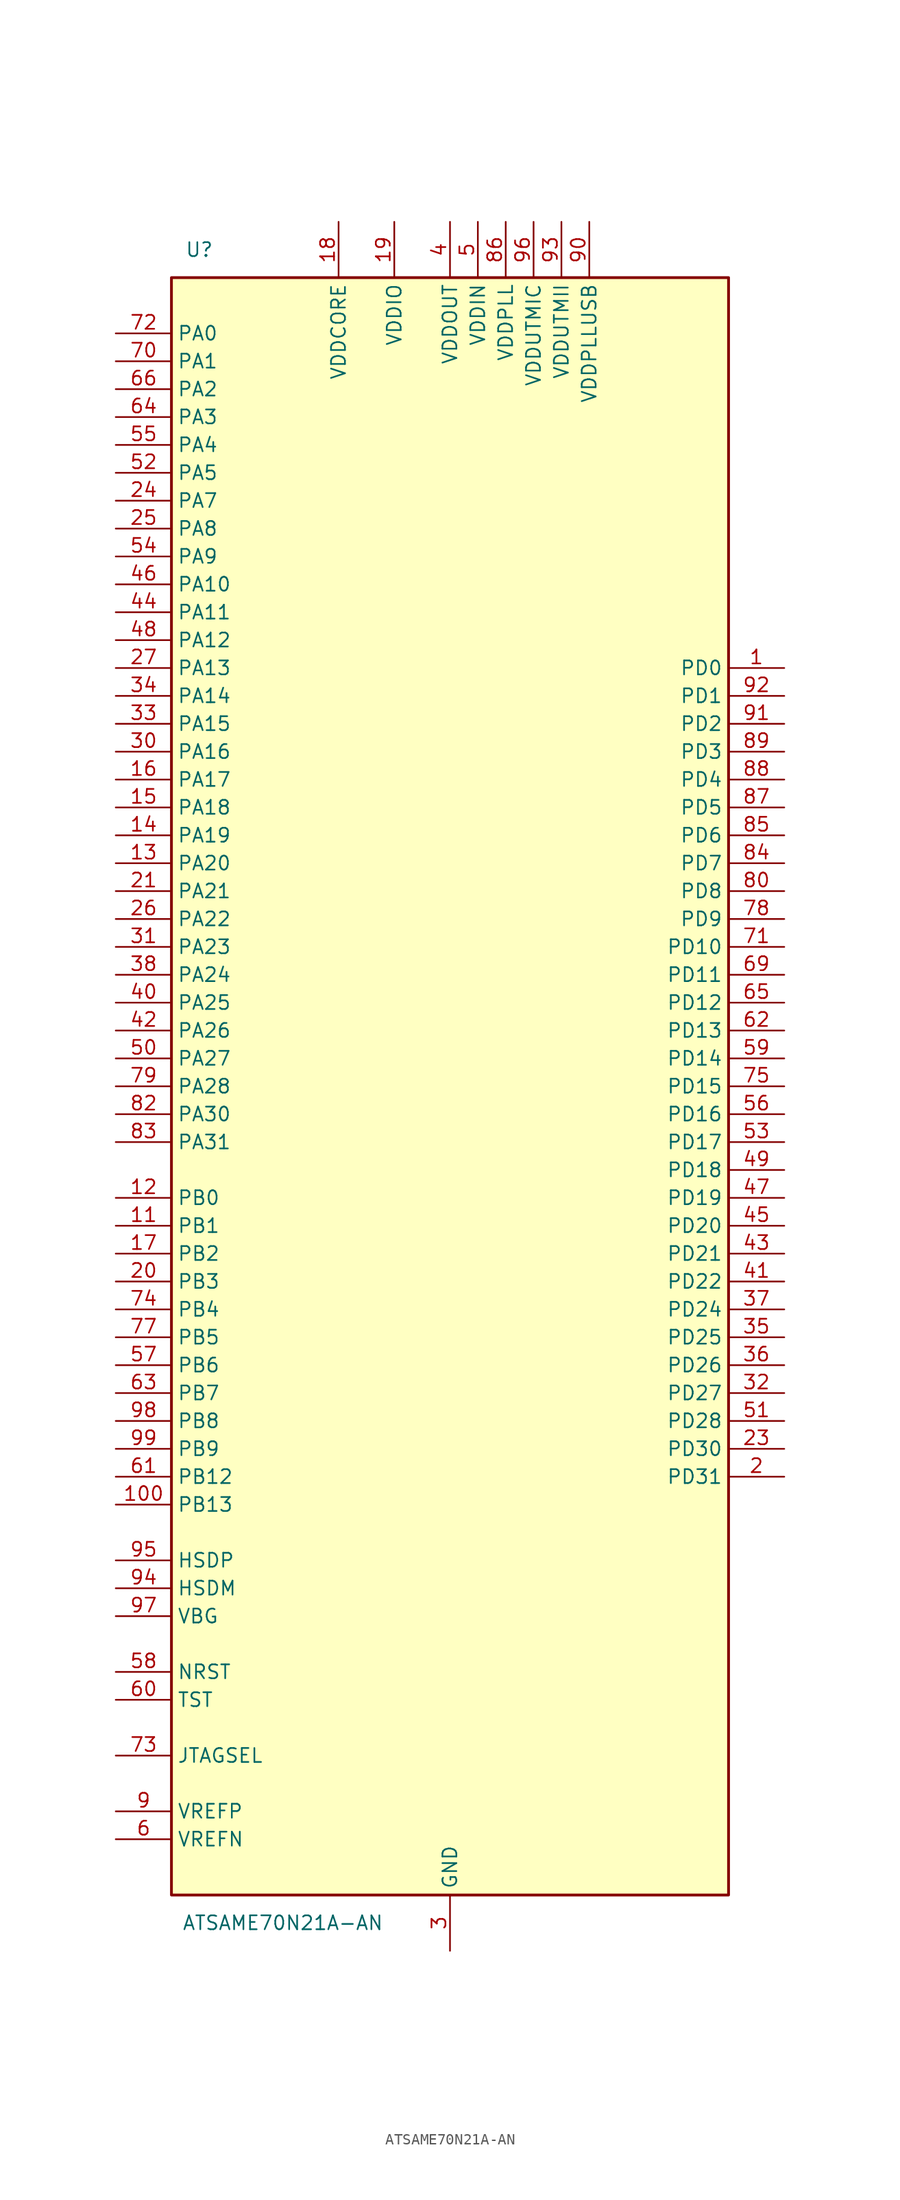
<source format=kicad_sym>
(kicad_symbol_lib
  (version 20201005)
  (generator kicad_symbol_editor)
  (symbol "ATSAME70N21A-AN"
    (property "Reference" "U"
      (at -22.86 76.2 0)
      (effects (font (size 1.27 1.27))))
    (property "Value" "ATSAME70N21A-AN"
      (at -15.24 -76.2 0)
      (effects (font (size 1.27 1.27))))
    (symbol "ATSAME70N21A-AN_0_1"
      (rectangle (start 25.4 73.66) (end -25.4 -73.66) (stroke (width 0.254)) (fill (type background))))
    (symbol "ATSAME70N21A-AN_1_1"
      (pin bidirectional line (at 30.48 38.1 180) (length 5.08) (name "PD0" (effects (font (size 1.27 1.27)))) (number "1" (effects (font (size 1.27 1.27)))))
      (pin passive line (at 0 -78.74 90) (length 5.08) hide (name "GND" (effects (font (size 1.27 1.27)))) (number "10" (effects (font (size 1.27 1.27)))))
      (pin bidirectional line (at -30.48 -38.1 0) (length 5.08) (name "PB13" (effects (font (size 1.27 1.27)))) (number "100" (effects (font (size 1.27 1.27)))))
      (pin bidirectional line (at -30.48 -12.7 0) (length 5.08) (name "PB1" (effects (font (size 1.27 1.27)))) (number "11" (effects (font (size 1.27 1.27)))))
      (pin bidirectional line (at -30.48 -10.16 0) (length 5.08) (name "PB0" (effects (font (size 1.27 1.27)))) (number "12" (effects (font (size 1.27 1.27)))))
      (pin bidirectional line (at -30.48 20.32 0) (length 5.08) (name "PA20" (effects (font (size 1.27 1.27)))) (number "13" (effects (font (size 1.27 1.27)))))
      (pin bidirectional line (at -30.48 22.86 0) (length 5.08) (name "PA19" (effects (font (size 1.27 1.27)))) (number "14" (effects (font (size 1.27 1.27)))))
      (pin bidirectional line (at -30.48 25.4 0) (length 5.08) (name "PA18" (effects (font (size 1.27 1.27)))) (number "15" (effects (font (size 1.27 1.27)))))
      (pin bidirectional line (at -30.48 27.94 0) (length 5.08) (name "PA17" (effects (font (size 1.27 1.27)))) (number "16" (effects (font (size 1.27 1.27)))))
      (pin bidirectional line (at -30.48 -15.24 0) (length 5.08) (name "PB2" (effects (font (size 1.27 1.27)))) (number "17" (effects (font (size 1.27 1.27)))))
      (pin power_in line (at -10.16 78.74 270) (length 5.08) (name "VDDCORE" (effects (font (size 1.27 1.27)))) (number "18" (effects (font (size 1.27 1.27)))))
      (pin power_in line (at -5.08 78.74 270) (length 5.08) (name "VDDIO" (effects (font (size 1.27 1.27)))) (number "19" (effects (font (size 1.27 1.27)))))
      (pin bidirectional line (at 30.48 -35.56 180) (length 5.08) (name "PD31" (effects (font (size 1.27 1.27)))) (number "2" (effects (font (size 1.27 1.27)))))
      (pin bidirectional line (at -30.48 -17.78 0) (length 5.08) (name "PB3" (effects (font (size 1.27 1.27)))) (number "20" (effects (font (size 1.27 1.27)))))
      (pin bidirectional line (at -30.48 17.78 0) (length 5.08) (name "PA21" (effects (font (size 1.27 1.27)))) (number "21" (effects (font (size 1.27 1.27)))))
      (pin passive line (at -10.16 78.74 270) (length 5.08) hide (name "VDDCORE" (effects (font (size 1.27 1.27)))) (number "22" (effects (font (size 1.27 1.27)))))
      (pin bidirectional line (at 30.48 -33.02 180) (length 5.08) (name "PD30" (effects (font (size 1.27 1.27)))) (number "23" (effects (font (size 1.27 1.27)))))
      (pin bidirectional line (at -30.48 53.34 0) (length 5.08) (name "PA7" (effects (font (size 1.27 1.27)))) (number "24" (effects (font (size 1.27 1.27)))))
      (pin bidirectional line (at -30.48 50.8 0) (length 5.08) (name "PA8" (effects (font (size 1.27 1.27)))) (number "25" (effects (font (size 1.27 1.27)))))
      (pin bidirectional line (at -30.48 15.24 0) (length 5.08) (name "PA22" (effects (font (size 1.27 1.27)))) (number "26" (effects (font (size 1.27 1.27)))))
      (pin bidirectional line (at -30.48 38.1 0) (length 5.08) (name "PA13" (effects (font (size 1.27 1.27)))) (number "27" (effects (font (size 1.27 1.27)))))
      (pin passive line (at -5.08 78.74 270) (length 5.08) hide (name "VDDIO" (effects (font (size 1.27 1.27)))) (number "28" (effects (font (size 1.27 1.27)))))
      (pin passive line (at 0 -78.74 90) (length 5.08) hide (name "GND" (effects (font (size 1.27 1.27)))) (number "29" (effects (font (size 1.27 1.27)))))
      (pin power_in line (at 0 -78.74 90) (length 5.08) (name "GND" (effects (font (size 1.27 1.27)))) (number "3" (effects (font (size 1.27 1.27)))))
      (pin bidirectional line (at -30.48 30.48 0) (length 5.08) (name "PA16" (effects (font (size 1.27 1.27)))) (number "30" (effects (font (size 1.27 1.27)))))
      (pin bidirectional line (at -30.48 12.7 0) (length 5.08) (name "PA23" (effects (font (size 1.27 1.27)))) (number "31" (effects (font (size 1.27 1.27)))))
      (pin bidirectional line (at 30.48 -27.94 180) (length 5.08) (name "PD27" (effects (font (size 1.27 1.27)))) (number "32" (effects (font (size 1.27 1.27)))))
      (pin bidirectional line (at -30.48 33.02 0) (length 5.08) (name "PA15" (effects (font (size 1.27 1.27)))) (number "33" (effects (font (size 1.27 1.27)))))
      (pin bidirectional line (at -30.48 35.56 0) (length 5.08) (name "PA14" (effects (font (size 1.27 1.27)))) (number "34" (effects (font (size 1.27 1.27)))))
      (pin bidirectional line (at 30.48 -22.86 180) (length 5.08) (name "PD25" (effects (font (size 1.27 1.27)))) (number "35" (effects (font (size 1.27 1.27)))))
      (pin bidirectional line (at 30.48 -25.4 180) (length 5.08) (name "PD26" (effects (font (size 1.27 1.27)))) (number "36" (effects (font (size 1.27 1.27)))))
      (pin bidirectional line (at 30.48 -20.32 180) (length 5.08) (name "PD24" (effects (font (size 1.27 1.27)))) (number "37" (effects (font (size 1.27 1.27)))))
      (pin bidirectional line (at -30.48 10.16 0) (length 5.08) (name "PA24" (effects (font (size 1.27 1.27)))) (number "38" (effects (font (size 1.27 1.27)))))
      (pin passive line (at -10.16 78.74 270) (length 5.08) hide (name "VDDCORE" (effects (font (size 1.27 1.27)))) (number "39" (effects (font (size 1.27 1.27)))))
      (pin power_in line (at 0 78.74 270) (length 5.08) (name "VDDOUT" (effects (font (size 1.27 1.27)))) (number "4" (effects (font (size 1.27 1.27)))))
      (pin bidirectional line (at -30.48 7.62 0) (length 5.08) (name "PA25" (effects (font (size 1.27 1.27)))) (number "40" (effects (font (size 1.27 1.27)))))
      (pin bidirectional line (at 30.48 -17.78 180) (length 5.08) (name "PD22" (effects (font (size 1.27 1.27)))) (number "41" (effects (font (size 1.27 1.27)))))
      (pin bidirectional line (at -30.48 5.08 0) (length 5.08) (name "PA26" (effects (font (size 1.27 1.27)))) (number "42" (effects (font (size 1.27 1.27)))))
      (pin bidirectional line (at 30.48 -15.24 180) (length 5.08) (name "PD21" (effects (font (size 1.27 1.27)))) (number "43" (effects (font (size 1.27 1.27)))))
      (pin bidirectional line (at -30.48 43.18 0) (length 5.08) (name "PA11" (effects (font (size 1.27 1.27)))) (number "44" (effects (font (size 1.27 1.27)))))
      (pin bidirectional line (at 30.48 -12.7 180) (length 5.08) (name "PD20" (effects (font (size 1.27 1.27)))) (number "45" (effects (font (size 1.27 1.27)))))
      (pin bidirectional line (at -30.48 45.72 0) (length 5.08) (name "PA10" (effects (font (size 1.27 1.27)))) (number "46" (effects (font (size 1.27 1.27)))))
      (pin bidirectional line (at 30.48 -10.16 180) (length 5.08) (name "PD19" (effects (font (size 1.27 1.27)))) (number "47" (effects (font (size 1.27 1.27)))))
      (pin bidirectional line (at -30.48 40.64 0) (length 5.08) (name "PA12" (effects (font (size 1.27 1.27)))) (number "48" (effects (font (size 1.27 1.27)))))
      (pin bidirectional line (at 30.48 -7.62 180) (length 5.08) (name "PD18" (effects (font (size 1.27 1.27)))) (number "49" (effects (font (size 1.27 1.27)))))
      (pin power_in line (at 2.54 78.74 270) (length 5.08) (name "VDDIN" (effects (font (size 1.27 1.27)))) (number "5" (effects (font (size 1.27 1.27)))))
      (pin bidirectional line (at -30.48 2.54 0) (length 5.08) (name "PA27" (effects (font (size 1.27 1.27)))) (number "50" (effects (font (size 1.27 1.27)))))
      (pin bidirectional line (at 30.48 -30.48 180) (length 5.08) (name "PD28" (effects (font (size 1.27 1.27)))) (number "51" (effects (font (size 1.27 1.27)))))
      (pin bidirectional line (at -30.48 55.88 0) (length 5.08) (name "PA5" (effects (font (size 1.27 1.27)))) (number "52" (effects (font (size 1.27 1.27)))))
      (pin bidirectional line (at 30.48 -5.08 180) (length 5.08) (name "PD17" (effects (font (size 1.27 1.27)))) (number "53" (effects (font (size 1.27 1.27)))))
      (pin bidirectional line (at -30.48 48.26 0) (length 5.08) (name "PA9" (effects (font (size 1.27 1.27)))) (number "54" (effects (font (size 1.27 1.27)))))
      (pin bidirectional line (at -30.48 58.42 0) (length 5.08) (name "PA4" (effects (font (size 1.27 1.27)))) (number "55" (effects (font (size 1.27 1.27)))))
      (pin bidirectional line (at 30.48 -2.54 180) (length 5.08) (name "PD16" (effects (font (size 1.27 1.27)))) (number "56" (effects (font (size 1.27 1.27)))))
      (pin bidirectional line (at -30.48 -25.4 0) (length 5.08) (name "PB6" (effects (font (size 1.27 1.27)))) (number "57" (effects (font (size 1.27 1.27)))))
      (pin bidirectional line (at -30.48 -53.34 0) (length 5.08) (name "NRST" (effects (font (size 1.27 1.27)))) (number "58" (effects (font (size 1.27 1.27)))))
      (pin bidirectional line (at 30.48 2.54 180) (length 5.08) (name "PD14" (effects (font (size 1.27 1.27)))) (number "59" (effects (font (size 1.27 1.27)))))
      (pin input line (at -30.48 -68.58 0) (length 5.08) (name "VREFN" (effects (font (size 1.27 1.27)))) (number "6" (effects (font (size 1.27 1.27)))))
      (pin input line (at -30.48 -55.88 0) (length 5.08) (name "TST" (effects (font (size 1.27 1.27)))) (number "60" (effects (font (size 1.27 1.27)))))
      (pin bidirectional line (at -30.48 -35.56 0) (length 5.08) (name "PB12" (effects (font (size 1.27 1.27)))) (number "61" (effects (font (size 1.27 1.27)))))
      (pin bidirectional line (at 30.48 5.08 180) (length 5.08) (name "PD13" (effects (font (size 1.27 1.27)))) (number "62" (effects (font (size 1.27 1.27)))))
      (pin bidirectional line (at -30.48 -27.94 0) (length 5.08) (name "PB7" (effects (font (size 1.27 1.27)))) (number "63" (effects (font (size 1.27 1.27)))))
      (pin bidirectional line (at -30.48 60.96 0) (length 5.08) (name "PA3" (effects (font (size 1.27 1.27)))) (number "64" (effects (font (size 1.27 1.27)))))
      (pin bidirectional line (at 30.48 7.62 180) (length 5.08) (name "PD12" (effects (font (size 1.27 1.27)))) (number "65" (effects (font (size 1.27 1.27)))))
      (pin bidirectional line (at -30.48 63.5 0) (length 5.08) (name "PA2" (effects (font (size 1.27 1.27)))) (number "66" (effects (font (size 1.27 1.27)))))
      (pin passive line (at 0 -78.74 90) (length 5.08) hide (name "GND" (effects (font (size 1.27 1.27)))) (number "67" (effects (font (size 1.27 1.27)))))
      (pin passive line (at -5.08 78.74 270) (length 5.08) hide (name "VDDIO" (effects (font (size 1.27 1.27)))) (number "68" (effects (font (size 1.27 1.27)))))
      (pin bidirectional line (at 30.48 10.16 180) (length 5.08) (name "PD11" (effects (font (size 1.27 1.27)))) (number "69" (effects (font (size 1.27 1.27)))))
      (pin passive line (at 0 -78.74 90) (length 5.08) hide (name "GND" (effects (font (size 1.27 1.27)))) (number "7" (effects (font (size 1.27 1.27)))))
      (pin bidirectional line (at -30.48 66.04 0) (length 5.08) (name "PA1" (effects (font (size 1.27 1.27)))) (number "70" (effects (font (size 1.27 1.27)))))
      (pin bidirectional line (at 30.48 12.7 180) (length 5.08) (name "PD10" (effects (font (size 1.27 1.27)))) (number "71" (effects (font (size 1.27 1.27)))))
      (pin bidirectional line (at -30.48 68.58 0) (length 5.08) (name "PA0" (effects (font (size 1.27 1.27)))) (number "72" (effects (font (size 1.27 1.27)))))
      (pin input line (at -30.48 -60.96 0) (length 5.08) (name "JTAGSEL" (effects (font (size 1.27 1.27)))) (number "73" (effects (font (size 1.27 1.27)))))
      (pin bidirectional line (at -30.48 -20.32 0) (length 5.08) (name "PB4" (effects (font (size 1.27 1.27)))) (number "74" (effects (font (size 1.27 1.27)))))
      (pin bidirectional line (at 30.48 0 180) (length 5.08) (name "PD15" (effects (font (size 1.27 1.27)))) (number "75" (effects (font (size 1.27 1.27)))))
      (pin passive line (at -10.16 78.74 270) (length 5.08) hide (name "VDDCORE" (effects (font (size 1.27 1.27)))) (number "76" (effects (font (size 1.27 1.27)))))
      (pin bidirectional line (at -30.48 -22.86 0) (length 5.08) (name "PB5" (effects (font (size 1.27 1.27)))) (number "77" (effects (font (size 1.27 1.27)))))
      (pin bidirectional line (at 30.48 15.24 180) (length 5.08) (name "PD9" (effects (font (size 1.27 1.27)))) (number "78" (effects (font (size 1.27 1.27)))))
      (pin bidirectional line (at -30.48 0 0) (length 5.08) (name "PA28" (effects (font (size 1.27 1.27)))) (number "79" (effects (font (size 1.27 1.27)))))
      (pin passive line (at 0 -78.74 90) (length 5.08) hide (name "GND" (effects (font (size 1.27 1.27)))) (number "8" (effects (font (size 1.27 1.27)))))
      (pin bidirectional line (at 30.48 17.78 180) (length 5.08) (name "PD8" (effects (font (size 1.27 1.27)))) (number "80" (effects (font (size 1.27 1.27)))))
      (pin passive line (at -5.08 78.74 270) (length 5.08) hide (name "VDDIO" (effects (font (size 1.27 1.27)))) (number "81" (effects (font (size 1.27 1.27)))))
      (pin bidirectional line (at -30.48 -2.54 0) (length 5.08) (name "PA30" (effects (font (size 1.27 1.27)))) (number "82" (effects (font (size 1.27 1.27)))))
      (pin bidirectional line (at -30.48 -5.08 0) (length 5.08) (name "PA31" (effects (font (size 1.27 1.27)))) (number "83" (effects (font (size 1.27 1.27)))))
      (pin bidirectional line (at 30.48 20.32 180) (length 5.08) (name "PD7" (effects (font (size 1.27 1.27)))) (number "84" (effects (font (size 1.27 1.27)))))
      (pin bidirectional line (at 30.48 22.86 180) (length 5.08) (name "PD6" (effects (font (size 1.27 1.27)))) (number "85" (effects (font (size 1.27 1.27)))))
      (pin power_in line (at 5.08 78.74 270) (length 5.08) (name "VDDPLL" (effects (font (size 1.27 1.27)))) (number "86" (effects (font (size 1.27 1.27)))))
      (pin bidirectional line (at 30.48 25.4 180) (length 5.08) (name "PD5" (effects (font (size 1.27 1.27)))) (number "87" (effects (font (size 1.27 1.27)))))
      (pin bidirectional line (at 30.48 27.94 180) (length 5.08) (name "PD4" (effects (font (size 1.27 1.27)))) (number "88" (effects (font (size 1.27 1.27)))))
      (pin bidirectional line (at 30.48 30.48 180) (length 5.08) (name "PD3" (effects (font (size 1.27 1.27)))) (number "89" (effects (font (size 1.27 1.27)))))
      (pin input line (at -30.48 -66.04 0) (length 5.08) (name "VREFP" (effects (font (size 1.27 1.27)))) (number "9" (effects (font (size 1.27 1.27)))))
      (pin power_in line (at 12.7 78.74 270) (length 5.08) (name "VDDPLLUSB" (effects (font (size 1.27 1.27)))) (number "90" (effects (font (size 1.27 1.27)))))
      (pin bidirectional line (at 30.48 33.02 180) (length 5.08) (name "PD2" (effects (font (size 1.27 1.27)))) (number "91" (effects (font (size 1.27 1.27)))))
      (pin bidirectional line (at 30.48 35.56 180) (length 5.08) (name "PD1" (effects (font (size 1.27 1.27)))) (number "92" (effects (font (size 1.27 1.27)))))
      (pin power_in line (at 10.16 78.74 270) (length 5.08) (name "VDDUTMII" (effects (font (size 1.27 1.27)))) (number "93" (effects (font (size 1.27 1.27)))))
      (pin bidirectional line (at -30.48 -45.72 0) (length 5.08) (name "HSDM" (effects (font (size 1.27 1.27)))) (number "94" (effects (font (size 1.27 1.27)))))
      (pin bidirectional line (at -30.48 -43.18 0) (length 5.08) (name "HSDP" (effects (font (size 1.27 1.27)))) (number "95" (effects (font (size 1.27 1.27)))))
      (pin power_in line (at 7.62 78.74 270) (length 5.08) (name "VDDUTMIC" (effects (font (size 1.27 1.27)))) (number "96" (effects (font (size 1.27 1.27)))))
      (pin input line (at -30.48 -48.26 0) (length 5.08) (name "VBG" (effects (font (size 1.27 1.27)))) (number "97" (effects (font (size 1.27 1.27)))))
      (pin bidirectional line (at -30.48 -30.48 0) (length 5.08) (name "PB8" (effects (font (size 1.27 1.27)))) (number "98" (effects (font (size 1.27 1.27)))))
      (pin bidirectional line (at -30.48 -33.02 0) (length 5.08) (name "PB9" (effects (font (size 1.27 1.27)))) (number "99" (effects (font (size 1.27 1.27))))))))
</source>
